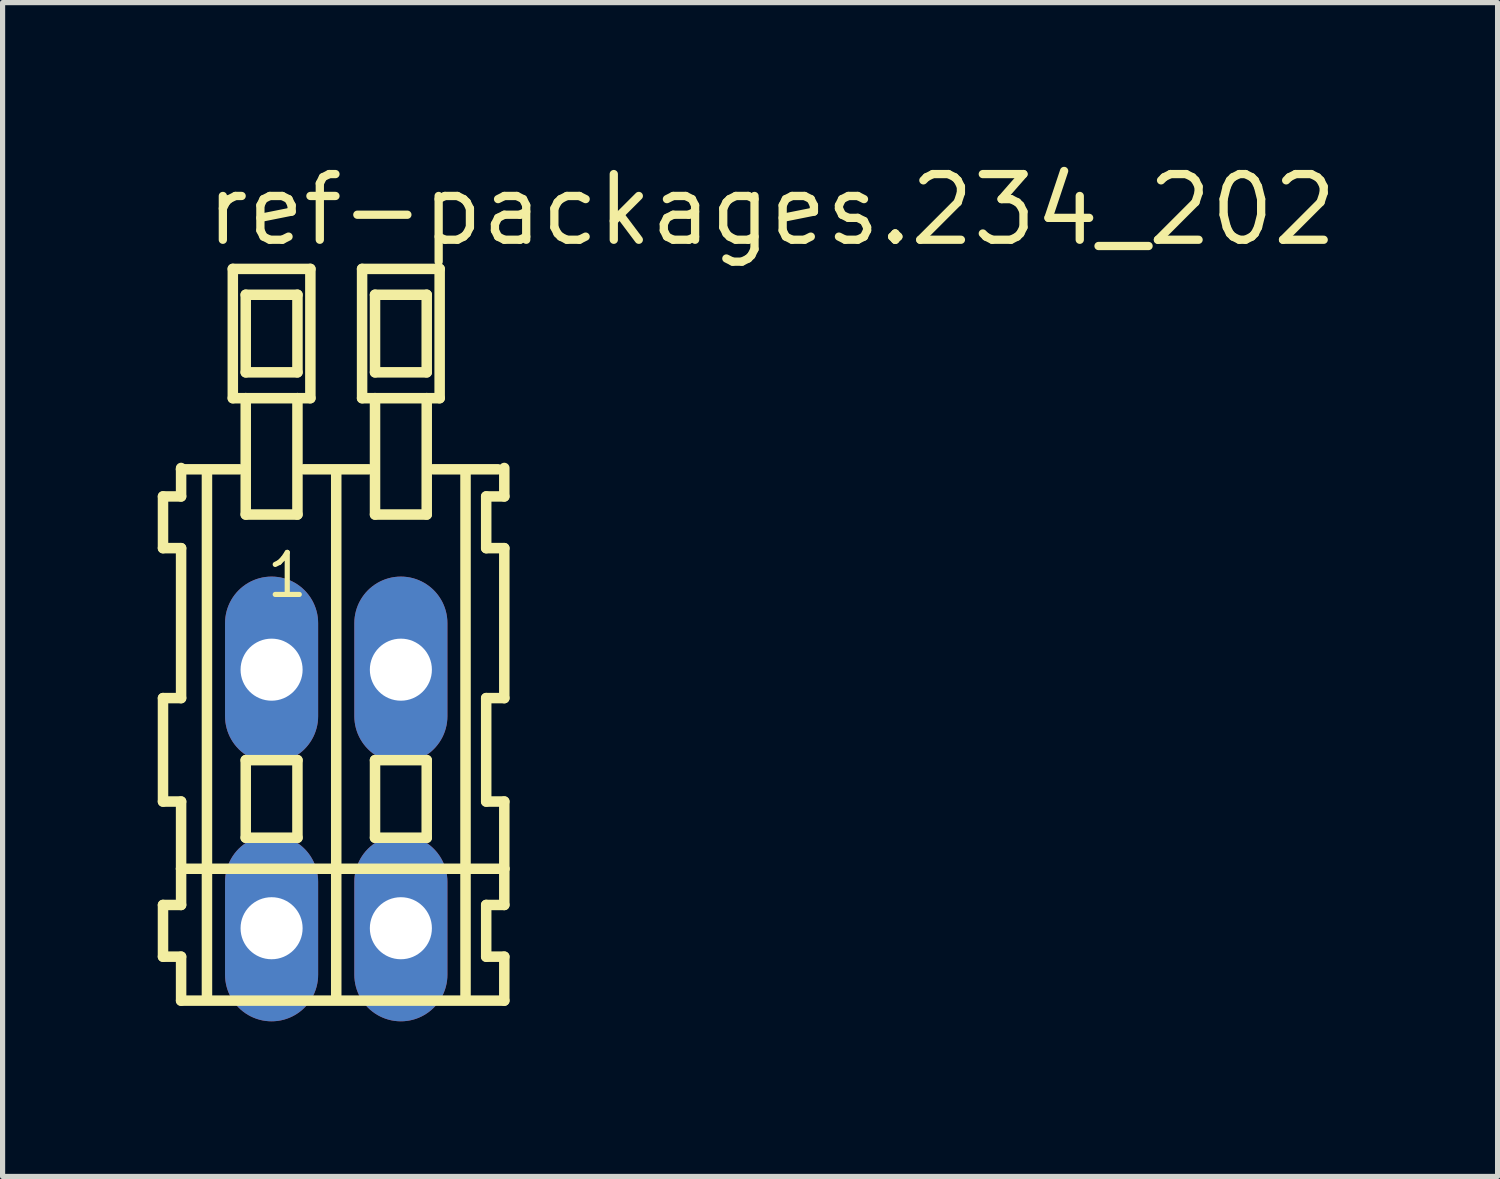
<source format=kicad_pcb>
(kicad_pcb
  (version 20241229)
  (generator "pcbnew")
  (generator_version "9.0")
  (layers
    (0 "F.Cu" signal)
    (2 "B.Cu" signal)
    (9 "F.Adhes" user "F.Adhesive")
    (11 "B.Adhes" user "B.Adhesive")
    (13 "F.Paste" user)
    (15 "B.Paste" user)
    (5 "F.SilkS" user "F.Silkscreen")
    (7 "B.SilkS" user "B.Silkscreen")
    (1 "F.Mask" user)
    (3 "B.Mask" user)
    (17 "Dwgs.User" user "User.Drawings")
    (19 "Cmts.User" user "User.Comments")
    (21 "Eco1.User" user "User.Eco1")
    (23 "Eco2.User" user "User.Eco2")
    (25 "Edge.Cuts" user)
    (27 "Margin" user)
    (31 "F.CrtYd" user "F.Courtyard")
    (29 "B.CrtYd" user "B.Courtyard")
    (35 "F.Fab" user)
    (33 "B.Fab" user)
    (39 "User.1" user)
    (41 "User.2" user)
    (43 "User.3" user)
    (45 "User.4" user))
  (footprint "ref-packages.234_202"
    (layer "F.Cu")
    (at 3.452 12.4)
    (property "Reference" "ref-packages.234_202" (at -2.6 -10.65 0) (layer "F.SilkS") (effects (font (size 1.27 1.27) (thickness 0.16)) (justify left bottom)))
    (attr through_hole)
    (fp_line (start -3.35 -5.85) (end -3.35 -4.85) (stroke (width 0.203) (type default)) (layer "F.SilkS"))
    (fp_line (start -3.35 -4.85) (end -3 -4.85) (stroke (width 0.203) (type default)) (layer "F.SilkS"))
    (fp_line (start -3.35 -1.95) (end -3.35 0.05) (stroke (width 0.203) (type default)) (layer "F.SilkS"))
    (fp_line (start -3.35 0.05) (end -3 0.05) (stroke (width 0.203) (type default)) (layer "F.SilkS"))
    (fp_line (start -3.35 2.05) (end -3.35 3.05) (stroke (width 0.203) (type default)) (layer "F.SilkS"))
    (fp_line (start -3.35 3.05) (end -3 3.05) (stroke (width 0.203) (type default)) (layer "F.SilkS"))
    (fp_line (start -3 -6.4) (end -3 -6.375) (stroke (width 0.203) (type default)) (layer "F.SilkS"))
    (fp_line (start -3 -6.375) (end -3 -5.85) (stroke (width 0.203) (type default)) (layer "F.SilkS"))
    (fp_line (start -3 -6.375) (end -1.875 -6.375) (stroke (width 0.203) (type default)) (layer "F.SilkS"))
    (fp_line (start -3 -5.85) (end -3.35 -5.85) (stroke (width 0.203) (type default)) (layer "F.SilkS"))
    (fp_line (start -3 -4.85) (end -3 -1.95) (stroke (width 0.203) (type default)) (layer "F.SilkS"))
    (fp_line (start -3 -1.95) (end -3.35 -1.95) (stroke (width 0.203) (type default)) (layer "F.SilkS"))
    (fp_line (start -3 0.05) (end -3 1.35) (stroke (width 0.203) (type default)) (layer "F.SilkS"))
    (fp_line (start -3 1.35) (end -3 2.05) (stroke (width 0.203) (type default)) (layer "F.SilkS"))
    (fp_line (start -3 1.35) (end 3.25 1.35) (stroke (width 0.203) (type default)) (layer "F.SilkS"))
    (fp_line (start -3 2.05) (end -3.35 2.05) (stroke (width 0.203) (type default)) (layer "F.SilkS"))
    (fp_line (start -3 3.05) (end -3 3.9) (stroke (width 0.203) (type default)) (layer "F.SilkS"))
    (fp_line (start -3 3.9) (end 3.25 3.9) (stroke (width 0.203) (type default)) (layer "F.SilkS"))
    (fp_line (start -2.5 -6.35) (end -2.5 3.8) (stroke (width 0.203) (type default)) (layer "F.SilkS"))
    (fp_line (start -2 -10.25) (end -2 -7.75) (stroke (width 0.203) (type default)) (layer "F.SilkS"))
    (fp_line (start -2 -7.75) (end -1.75 -7.75) (stroke (width 0.203) (type default)) (layer "F.SilkS"))
    (fp_line (start -1.75 -9.75) (end -1.75 -8.25) (stroke (width 0.203) (type default)) (layer "F.SilkS"))
    (fp_line (start -1.75 -8.25) (end -0.75 -8.25) (stroke (width 0.203) (type default)) (layer "F.SilkS"))
    (fp_line (start -1.75 -7.75) (end -1.75 -5.5) (stroke (width 0.203) (type default)) (layer "F.SilkS"))
    (fp_line (start -1.75 -7.75) (end -0.75 -7.75) (stroke (width 0.203) (type default)) (layer "F.SilkS"))
    (fp_line (start -1.75 -5.5) (end -0.75 -5.5) (stroke (width 0.203) (type default)) (layer "F.SilkS"))
    (fp_line (start -1.75 -0.75) (end -1.75 0.75) (stroke (width 0.203) (type default)) (layer "F.SilkS"))
    (fp_line (start -1.75 0.75) (end -0.75 0.75) (stroke (width 0.203) (type default)) (layer "F.SilkS"))
    (fp_line (start -0.75 -9.75) (end -1.75 -9.75) (stroke (width 0.203) (type default)) (layer "F.SilkS"))
    (fp_line (start -0.75 -8.25) (end -0.75 -9.75) (stroke (width 0.203) (type default)) (layer "F.SilkS"))
    (fp_line (start -0.75 -7.75) (end -0.5 -7.75) (stroke (width 0.203) (type default)) (layer "F.SilkS"))
    (fp_line (start -0.75 -5.5) (end -0.75 -7.75) (stroke (width 0.203) (type default)) (layer "F.SilkS"))
    (fp_line (start -0.75 -0.75) (end -1.75 -0.75) (stroke (width 0.203) (type default)) (layer "F.SilkS"))
    (fp_line (start -0.75 0.75) (end -0.75 -0.75) (stroke (width 0.203) (type default)) (layer "F.SilkS"))
    (fp_line (start -0.625 -6.375) (end 0.625 -6.375) (stroke (width 0.203) (type default)) (layer "F.SilkS"))
    (fp_line (start -0.5 -10.25) (end -2 -10.25) (stroke (width 0.203) (type default)) (layer "F.SilkS"))
    (fp_line (start -0.5 -7.75) (end -0.5 -10.25) (stroke (width 0.203) (type default)) (layer "F.SilkS"))
    (fp_line (start 0 -6.35) (end 0 3.8) (stroke (width 0.203) (type default)) (layer "F.SilkS"))
    (fp_line (start 0.5 -10.25) (end 0.5 -7.75) (stroke (width 0.203) (type default)) (layer "F.SilkS"))
    (fp_line (start 0.5 -7.75) (end 0.75 -7.75) (stroke (width 0.203) (type default)) (layer "F.SilkS"))
    (fp_line (start 0.75 -9.75) (end 0.75 -8.25) (stroke (width 0.203) (type default)) (layer "F.SilkS"))
    (fp_line (start 0.75 -8.25) (end 1.75 -8.25) (stroke (width 0.203) (type default)) (layer "F.SilkS"))
    (fp_line (start 0.75 -7.75) (end 0.75 -5.5) (stroke (width 0.203) (type default)) (layer "F.SilkS"))
    (fp_line (start 0.75 -7.75) (end 1.75 -7.75) (stroke (width 0.203) (type default)) (layer "F.SilkS"))
    (fp_line (start 0.75 -5.5) (end 1.75 -5.5) (stroke (width 0.203) (type default)) (layer "F.SilkS"))
    (fp_line (start 0.75 -0.75) (end 0.75 0.75) (stroke (width 0.203) (type default)) (layer "F.SilkS"))
    (fp_line (start 0.75 0.75) (end 1.75 0.75) (stroke (width 0.203) (type default)) (layer "F.SilkS"))
    (fp_line (start 1.75 -9.75) (end 0.75 -9.75) (stroke (width 0.203) (type default)) (layer "F.SilkS"))
    (fp_line (start 1.75 -8.25) (end 1.75 -9.75) (stroke (width 0.203) (type default)) (layer "F.SilkS"))
    (fp_line (start 1.75 -7.75) (end 2 -7.75) (stroke (width 0.203) (type default)) (layer "F.SilkS"))
    (fp_line (start 1.75 -5.5) (end 1.75 -7.75) (stroke (width 0.203) (type default)) (layer "F.SilkS"))
    (fp_line (start 1.75 -0.75) (end 0.75 -0.75) (stroke (width 0.203) (type default)) (layer "F.SilkS"))
    (fp_line (start 1.75 0.75) (end 1.75 -0.75) (stroke (width 0.203) (type default)) (layer "F.SilkS"))
    (fp_line (start 1.875 -6.375) (end 3.125 -6.375) (stroke (width 0.203) (type default)) (layer "F.SilkS"))
    (fp_line (start 2 -10.25) (end 0.5 -10.25) (stroke (width 0.203) (type default)) (layer "F.SilkS"))
    (fp_line (start 2 -7.75) (end 2 -10.25) (stroke (width 0.203) (type default)) (layer "F.SilkS"))
    (fp_line (start 2.5 -6.35) (end 2.5 3.8) (stroke (width 0.203) (type default)) (layer "F.SilkS"))
    (fp_line (start 2.9 -5.85) (end 2.9 -4.85) (stroke (width 0.203) (type default)) (layer "F.SilkS"))
    (fp_line (start 2.9 -4.85) (end 3.25 -4.85) (stroke (width 0.203) (type default)) (layer "F.SilkS"))
    (fp_line (start 2.9 -1.95) (end 2.9 0.05) (stroke (width 0.203) (type default)) (layer "F.SilkS"))
    (fp_line (start 2.9 0.05) (end 3.25 0.05) (stroke (width 0.203) (type default)) (layer "F.SilkS"))
    (fp_line (start 2.9 2.05) (end 2.9 3.05) (stroke (width 0.203) (type default)) (layer "F.SilkS"))
    (fp_line (start 2.9 3.05) (end 3.25 3.05) (stroke (width 0.203) (type default)) (layer "F.SilkS"))
    (fp_line (start 3.25 -5.85) (end 2.9 -5.85) (stroke (width 0.203) (type default)) (layer "F.SilkS"))
    (fp_line (start 3.25 -5.85) (end 3.25 -6.4) (stroke (width 0.203) (type default)) (layer "F.SilkS"))
    (fp_line (start 3.25 -1.95) (end 2.9 -1.95) (stroke (width 0.203) (type default)) (layer "F.SilkS"))
    (fp_line (start 3.25 -1.95) (end 3.25 -4.85) (stroke (width 0.203) (type default)) (layer "F.SilkS"))
    (fp_line (start 3.25 1.35) (end 3.25 0.05) (stroke (width 0.203) (type default)) (layer "F.SilkS"))
    (fp_line (start 3.25 2.05) (end 2.9 2.05) (stroke (width 0.203) (type default)) (layer "F.SilkS"))
    (fp_line (start 3.25 2.05) (end 3.25 1.35) (stroke (width 0.203) (type default)) (layer "F.SilkS"))
    (fp_line (start 3.25 3.9) (end 3.25 3.05) (stroke (width 0.203) (type default)) (layer "F.SilkS"))
    (fp_text user "1" (at -1.4 -3.85 0) (layer "F.SilkS") (effects (font (size 0.813 0.813) (thickness 0.1)) (justify left bottom)))
    (pad "A1" thru_hole oval (at -1.25 -2.5 90) (size 3.6 1.8) (drill 1.2) (layers "*.Cu" "*.Mask"))
    (pad "A2" thru_hole oval (at 1.25 -2.5 90) (size 3.6 1.8) (drill 1.2) (layers "*.Cu" "*.Mask"))
    (pad "B1" thru_hole oval (at -1.25 2.5 90) (size 3.6 1.8) (drill 1.2) (layers "*.Cu" "*.Mask"))
    (pad "B2" thru_hole oval (at 1.25 2.5 90) (size 3.6 1.8) (drill 1.2) (layers "*.Cu" "*.Mask")))
  (gr_rect
    (start -3 -3)
    (end 25.91 19.7)
    (stroke (width 0.1) (type default))
    (fill no)
    (layer "Edge.Cuts")))
</source>
